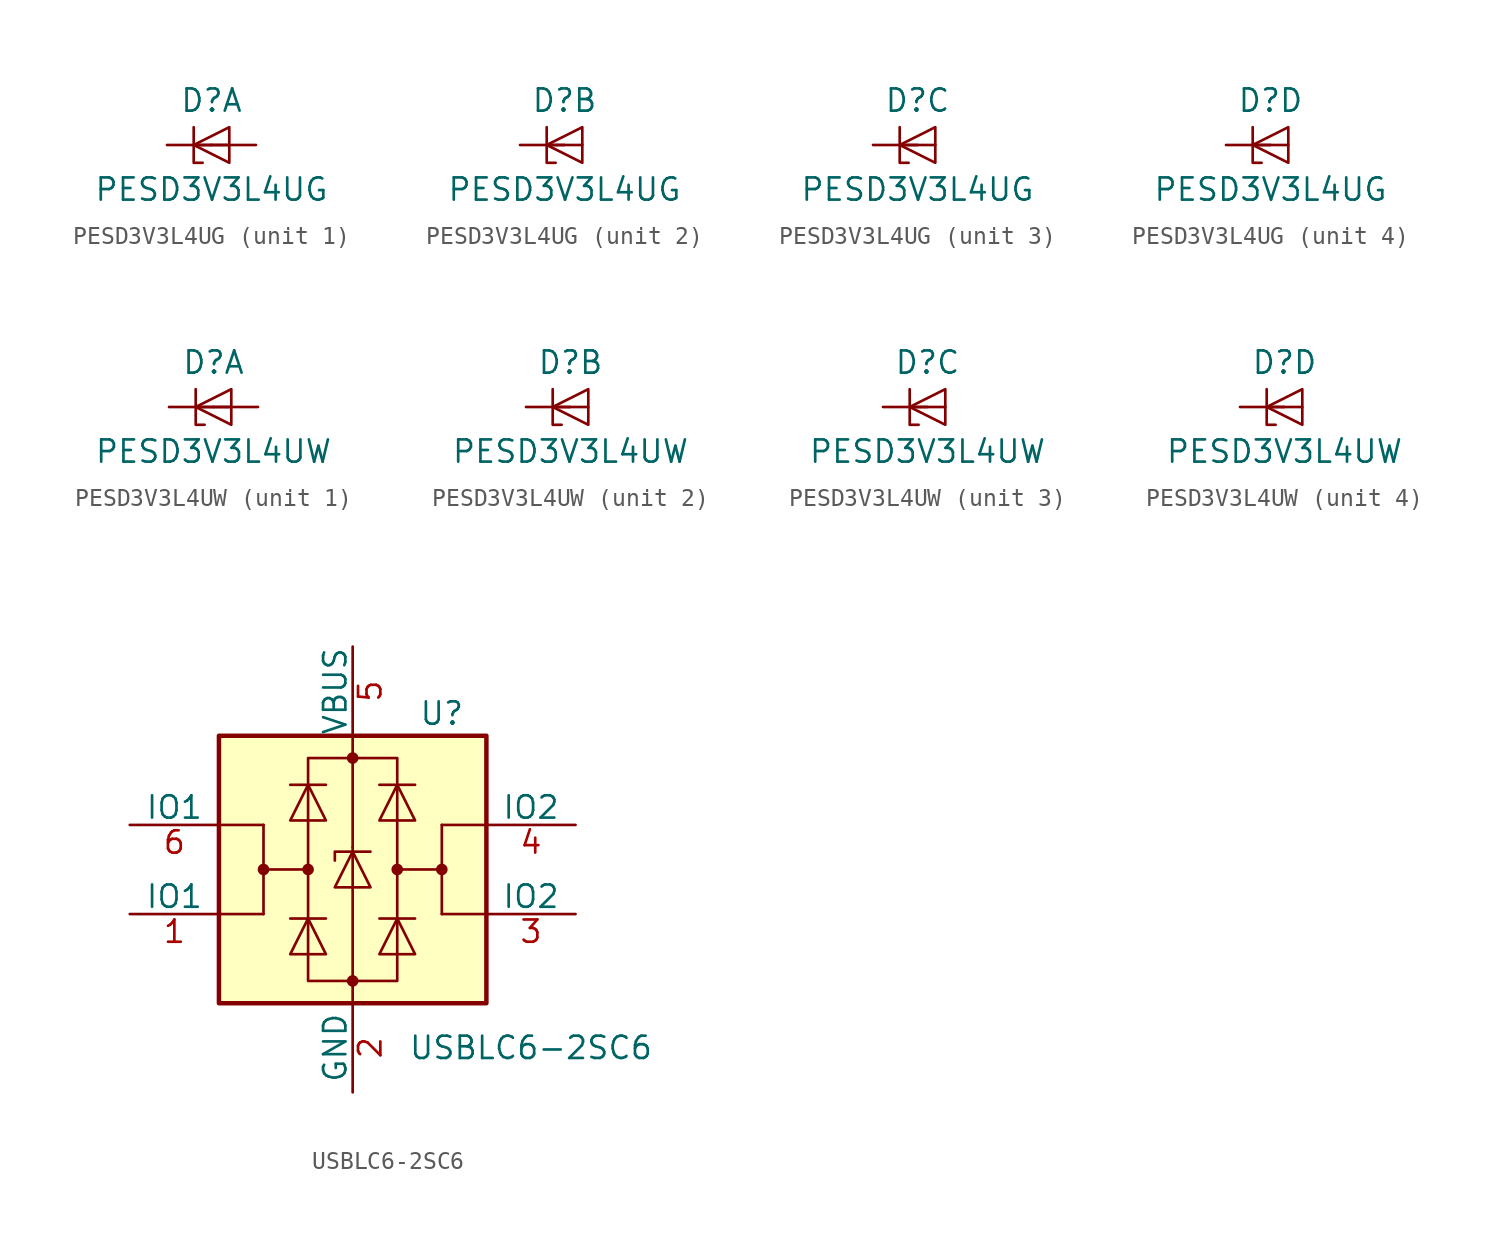
<source format=kicad_sym>
(kicad_symbol_lib
  (version 20211014)
  (generator kicad_symbol_editor)
  (symbol "PESD3V3L4UG"
    (pin_numbers hide)
    (pin_names hide)
    (property "Reference" "D"
      (at 0 2.54 0)
      (effects (font (size 1.27 1.27))))
    (property "Value" "PESD3V3L4UG"
      (at 0 -2.54 0)
      (effects (font (size 1.27 1.27))))
    (property "ki_locked" ""
      (at 0 0 0)
      (effects (font (size 1.27 1.27))))
    (symbol "PESD3V3L4UG_0_1"
      (polyline (pts (xy -1.016 0) (xy 1.016 0)) (stroke (width 0) (type default) (color 0 0 0 0)) (fill (type none)))
      (polyline (pts (xy -1.016 1.016) (xy -1.016 -1.016) (xy -0.508 -1.016)) (stroke (width 0) (type default) (color 0 0 0 0)) (fill (type none)))
      (polyline (pts (xy 1.016 1.016) (xy -1.016 0) (xy 1.016 -1.016) (xy 1.016 1.016)) (stroke (width 0) (type default) (color 0 0 0 0)) (fill (type none))))
    (symbol "PESD3V3L4UG_1_1"
      (pin passive line (at -2.54 0 0) (length 2.54) (name "K1" (effects (font (size 1.27 1.27)))) (number "1" (effects (font (size 1.27 1.27)))))
      (pin passive line (at 2.54 0 180) (length 2.54) (name "A" (effects (font (size 1.27 1.27)))) (number "2" (effects (font (size 1.27 1.27))))))
    (symbol "PESD3V3L4UG_2_1"
      (pin passive line (at -2.54 0 0) (length 2.54) (name "K2" (effects (font (size 1.27 1.27)))) (number "3" (effects (font (size 1.27 1.27))))))
    (symbol "PESD3V3L4UG_3_1"
      (pin passive line (at -2.54 0 0) (length 2.54) (name "K3" (effects (font (size 1.27 1.27)))) (number "4" (effects (font (size 1.27 1.27))))))
    (symbol "PESD3V3L4UG_4_1"
      (pin passive line (at -2.54 0 0) (length 2.54) (name "K4" (effects (font (size 1.27 1.27)))) (number "6" (effects (font (size 1.27 1.27)))))))
  (symbol "PESD3V3L4UW"
    (pin_numbers hide)
    (pin_names hide)
    (property "Reference" "D"
      (at 0 2.54 0)
      (effects (font (size 1.27 1.27))))
    (property "Value" "PESD3V3L4UW"
      (at 0 -2.54 0)
      (effects (font (size 1.27 1.27))))
    (property "ki_locked" ""
      (at 0 0 0)
      (effects (font (size 1.27 1.27))))
    (symbol "PESD3V3L4UW_0_1"
      (polyline (pts (xy -1.016 0) (xy 1.016 0)) (stroke (width 0) (type default) (color 0 0 0 0)) (fill (type none)))
      (polyline (pts (xy -1.016 1.016) (xy -1.016 -1.016) (xy -0.508 -1.016)) (stroke (width 0) (type default) (color 0 0 0 0)) (fill (type none)))
      (polyline (pts (xy 1.016 1.016) (xy -1.016 0) (xy 1.016 -1.016) (xy 1.016 1.016)) (stroke (width 0) (type default) (color 0 0 0 0)) (fill (type none))))
    (symbol "PESD3V3L4UW_1_1"
      (pin passive line (at -2.54 0 0) (length 2.54) (name "K1" (effects (font (size 1.27 1.27)))) (number "1" (effects (font (size 1.27 1.27)))))
      (pin passive line (at 2.54 0 180) (length 2.54) (name "A" (effects (font (size 1.27 1.27)))) (number "2" (effects (font (size 1.27 1.27))))))
    (symbol "PESD3V3L4UW_2_1"
      (pin passive line (at -2.54 0 0) (length 2.54) (name "K2" (effects (font (size 1.27 1.27)))) (number "3" (effects (font (size 1.27 1.27))))))
    (symbol "PESD3V3L4UW_3_1"
      (pin passive line (at -2.54 0 0) (length 2.54) (name "K3" (effects (font (size 1.27 1.27)))) (number "4" (effects (font (size 1.27 1.27))))))
    (symbol "PESD3V3L4UW_4_1"
      (pin passive line (at -2.54 0 0) (length 2.54) (name "K4" (effects (font (size 1.27 1.27)))) (number "6" (effects (font (size 1.27 1.27)))))))
  (symbol "USBLC6-2SC6"
    (pin_names
      (offset 0))
    (property "Reference" "U"
      (at 5.08 8.89 0)
      (effects (font (size 1.27 1.27))))
    (property "Value" "USBLC6-2SC6"
      (at 10.16 -10.16 0)
      (effects (font (size 1.27 1.27))))
    (symbol "USBLC6-2SC6_0_1"
      (rectangle (start -7.62 -7.62) (end 7.62 7.62) (stroke (width 0.254) (type default) (color 0 0 0 0)) (fill (type background)))
      (circle (center -5.08 0) (radius 0.254) (stroke (width 0) (type default) (color 0 0 0 0)) (fill (type outline)))
      (circle (center -2.54 0) (radius 0.254) (stroke (width 0) (type default) (color 0 0 0 0)) (fill (type outline)))
      (rectangle (start -2.54 6.35) (end 2.54 -6.35) (stroke (width 0) (type default) (color 0 0 0 0)) (fill (type none)))
      (circle (center 0 -6.35) (radius 0.254) (stroke (width 0) (type default) (color 0 0 0 0)) (fill (type outline)))
      (polyline (pts (xy -5.08 -2.54) (xy -7.62 -2.54)) (stroke (width 0) (type default) (color 0 0 0 0)) (fill (type none)))
      (polyline (pts (xy -5.08 0) (xy -5.08 -2.54)) (stroke (width 0) (type default) (color 0 0 0 0)) (fill (type none)))
      (polyline (pts (xy -5.08 2.54) (xy -7.62 2.54)) (stroke (width 0) (type default) (color 0 0 0 0)) (fill (type none)))
      (polyline (pts (xy -1.524 -2.794) (xy -3.556 -2.794)) (stroke (width 0) (type default) (color 0 0 0 0)) (fill (type none)))
      (polyline (pts (xy -1.524 4.826) (xy -3.556 4.826)) (stroke (width 0) (type default) (color 0 0 0 0)) (fill (type none)))
      (polyline (pts (xy 0 -7.62) (xy 0 -6.35)) (stroke (width 0) (type default) (color 0 0 0 0)) (fill (type none)))
      (polyline (pts (xy 0 -6.35) (xy 0 1.27)) (stroke (width 0) (type default) (color 0 0 0 0)) (fill (type none)))
      (polyline (pts (xy 0 1.27) (xy 0 6.35)) (stroke (width 0) (type default) (color 0 0 0 0)) (fill (type none)))
      (polyline (pts (xy 0 6.35) (xy 0 7.62)) (stroke (width 0) (type default) (color 0 0 0 0)) (fill (type none)))
      (polyline (pts (xy 1.524 -2.794) (xy 3.556 -2.794)) (stroke (width 0) (type default) (color 0 0 0 0)) (fill (type none)))
      (polyline (pts (xy 1.524 4.826) (xy 3.556 4.826)) (stroke (width 0) (type default) (color 0 0 0 0)) (fill (type none)))
      (polyline (pts (xy 5.08 -2.54) (xy 7.62 -2.54)) (stroke (width 0) (type default) (color 0 0 0 0)) (fill (type none)))
      (polyline (pts (xy 5.08 0) (xy 5.08 -2.54)) (stroke (width 0) (type default) (color 0 0 0 0)) (fill (type none)))
      (polyline (pts (xy 5.08 2.54) (xy 7.62 2.54)) (stroke (width 0) (type default) (color 0 0 0 0)) (fill (type none)))
      (polyline (pts (xy -2.54 0) (xy -5.08 0) (xy -5.08 2.54)) (stroke (width 0) (type default) (color 0 0 0 0)) (fill (type none)))
      (polyline (pts (xy 2.54 0) (xy 5.08 0) (xy 5.08 2.54)) (stroke (width 0) (type default) (color 0 0 0 0)) (fill (type none)))
      (polyline (pts (xy -3.556 -4.826) (xy -1.524 -4.826) (xy -2.54 -2.794) (xy -3.556 -4.826)) (stroke (width 0) (type default) (color 0 0 0 0)) (fill (type none)))
      (polyline (pts (xy -3.556 2.794) (xy -1.524 2.794) (xy -2.54 4.826) (xy -3.556 2.794)) (stroke (width 0) (type default) (color 0 0 0 0)) (fill (type none)))
      (polyline (pts (xy -1.016 -1.016) (xy 1.016 -1.016) (xy 0 1.016) (xy -1.016 -1.016)) (stroke (width 0) (type default) (color 0 0 0 0)) (fill (type none)))
      (polyline (pts (xy 1.016 1.016) (xy 0.762 1.016) (xy -1.016 1.016) (xy -1.016 0.508)) (stroke (width 0) (type default) (color 0 0 0 0)) (fill (type none)))
      (polyline (pts (xy 3.556 -4.826) (xy 1.524 -4.826) (xy 2.54 -2.794) (xy 3.556 -4.826)) (stroke (width 0) (type default) (color 0 0 0 0)) (fill (type none)))
      (polyline (pts (xy 3.556 2.794) (xy 1.524 2.794) (xy 2.54 4.826) (xy 3.556 2.794)) (stroke (width 0) (type default) (color 0 0 0 0)) (fill (type none)))
      (circle (center 0 6.35) (radius 0.254) (stroke (width 0) (type default) (color 0 0 0 0)) (fill (type outline)))
      (circle (center 2.54 0) (radius 0.254) (stroke (width 0) (type default) (color 0 0 0 0)) (fill (type outline)))
      (circle (center 5.08 0) (radius 0.254) (stroke (width 0) (type default) (color 0 0 0 0)) (fill (type outline))))
    (symbol "USBLC6-2SC6_1_1"
      (pin passive line (at -12.7 -2.54 0) (length 5.08) (name "IO1" (effects (font (size 1.27 1.27)))) (number "1" (effects (font (size 1.27 1.27)))))
      (pin passive line (at 0 -12.7 90) (length 5.08) (name "GND" (effects (font (size 1.27 1.27)))) (number "2" (effects (font (size 1.27 1.27)))))
      (pin passive line (at 12.7 -2.54 180) (length 5.08) (name "IO2" (effects (font (size 1.27 1.27)))) (number "3" (effects (font (size 1.27 1.27)))))
      (pin passive line (at 12.7 2.54 180) (length 5.08) (name "IO2" (effects (font (size 1.27 1.27)))) (number "4" (effects (font (size 1.27 1.27)))))
      (pin passive line (at 0 12.7 270) (length 5.08) (name "VBUS" (effects (font (size 1.27 1.27)))) (number "5" (effects (font (size 1.27 1.27)))))
      (pin passive line (at -12.7 2.54 0) (length 5.08) (name "IO1" (effects (font (size 1.27 1.27)))) (number "6" (effects (font (size 1.27 1.27))))))))
</source>
